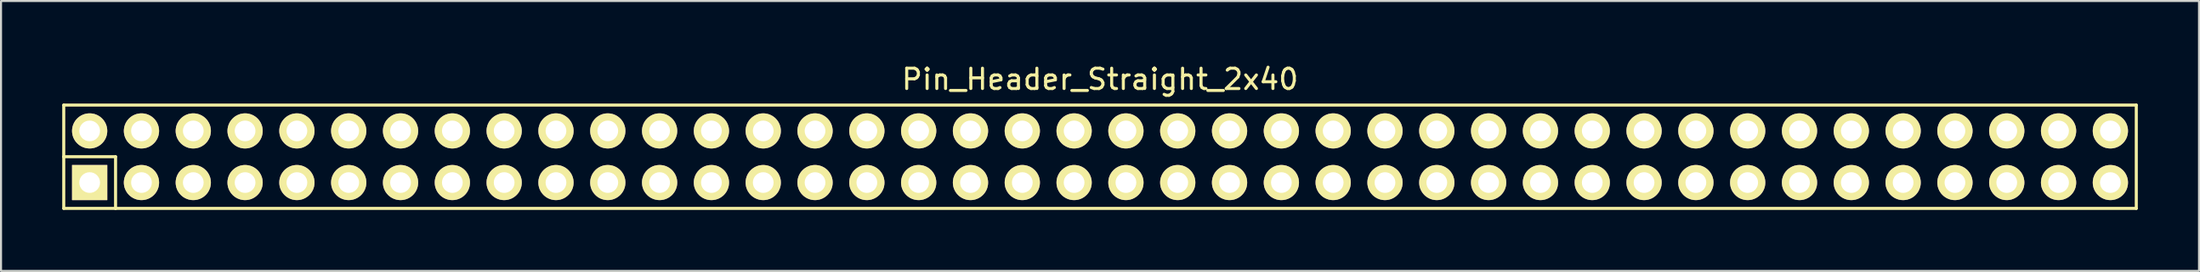
<source format=kicad_pcb>
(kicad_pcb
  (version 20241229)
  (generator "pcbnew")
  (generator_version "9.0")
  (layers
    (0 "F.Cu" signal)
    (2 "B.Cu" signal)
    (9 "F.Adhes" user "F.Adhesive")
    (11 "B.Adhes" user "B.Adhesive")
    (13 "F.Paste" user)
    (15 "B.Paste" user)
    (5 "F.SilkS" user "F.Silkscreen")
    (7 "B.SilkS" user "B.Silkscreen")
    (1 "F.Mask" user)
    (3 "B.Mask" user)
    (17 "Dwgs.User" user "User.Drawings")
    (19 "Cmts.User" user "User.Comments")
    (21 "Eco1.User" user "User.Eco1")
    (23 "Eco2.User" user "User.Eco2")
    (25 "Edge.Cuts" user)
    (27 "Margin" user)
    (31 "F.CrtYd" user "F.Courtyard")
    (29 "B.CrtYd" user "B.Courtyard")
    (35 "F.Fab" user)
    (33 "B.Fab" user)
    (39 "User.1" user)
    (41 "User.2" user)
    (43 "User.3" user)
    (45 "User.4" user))
  (footprint "Pin_Header_Straight_2x40"
    (layer "F.Cu")
    (at 50.875 4.658)
    (property "Reference" "Pin_Header_Straight_2x40" (at 0 -3.81 0) (layer "F.SilkS") (effects (font (size 1 1) (thickness 0.15))))
    (attr through_hole)
    (fp_line (start -50.8 -2.54) (end -50.8 0) (stroke (width 0.15) (type solid)) (layer "F.SilkS"))
    (fp_line (start -50.8 -2.54) (end 50.8 -2.54) (stroke (width 0.15) (type solid)) (layer "F.SilkS"))
    (fp_line (start -50.8 0) (end -48.26 0) (stroke (width 0.15) (type solid)) (layer "F.SilkS"))
    (fp_line (start -50.8 2.54) (end -50.8 0) (stroke (width 0.15) (type solid)) (layer "F.SilkS"))
    (fp_line (start -50.8 2.54) (end -48.26 2.54) (stroke (width 0.15) (type solid)) (layer "F.SilkS"))
    (fp_line (start -48.26 0) (end -48.26 2.54) (stroke (width 0.15) (type solid)) (layer "F.SilkS"))
    (fp_line (start 50.8 -2.54) (end 50.8 2.54) (stroke (width 0.15) (type solid)) (layer "F.SilkS"))
    (fp_line (start 50.8 2.54) (end -48.26 2.54) (stroke (width 0.15) (type solid)) (layer "F.SilkS"))
    (pad "1" thru_hole rect (at -49.53 1.27) (size 1.727 1.727) (drill 1.016) (layers "*.Cu" "*.Mask" "F.SilkS"))
    (pad "2" thru_hole oval (at -49.53 -1.27) (size 1.727 1.727) (drill 1.016) (layers "*.Cu" "*.Mask" "F.SilkS"))
    (pad "3" thru_hole oval (at -46.99 1.27) (size 1.727 1.727) (drill 1.016) (layers "*.Cu" "*.Mask" "F.SilkS"))
    (pad "4" thru_hole oval (at -46.99 -1.27) (size 1.727 1.727) (drill 1.016) (layers "*.Cu" "*.Mask" "F.SilkS"))
    (pad "5" thru_hole oval (at -44.45 1.27) (size 1.727 1.727) (drill 1.016) (layers "*.Cu" "*.Mask" "F.SilkS"))
    (pad "6" thru_hole oval (at -44.45 -1.27) (size 1.727 1.727) (drill 1.016) (layers "*.Cu" "*.Mask" "F.SilkS"))
    (pad "7" thru_hole oval (at -41.91 1.27) (size 1.727 1.727) (drill 1.016) (layers "*.Cu" "*.Mask" "F.SilkS"))
    (pad "8" thru_hole oval (at -41.91 -1.27) (size 1.727 1.727) (drill 1.016) (layers "*.Cu" "*.Mask" "F.SilkS"))
    (pad "9" thru_hole oval (at -39.37 1.27) (size 1.727 1.727) (drill 1.016) (layers "*.Cu" "*.Mask" "F.SilkS"))
    (pad "10" thru_hole oval (at -39.37 -1.27) (size 1.727 1.727) (drill 1.016) (layers "*.Cu" "*.Mask" "F.SilkS"))
    (pad "11" thru_hole oval (at -36.83 1.27) (size 1.727 1.727) (drill 1.016) (layers "*.Cu" "*.Mask" "F.SilkS"))
    (pad "12" thru_hole oval (at -36.83 -1.27) (size 1.727 1.727) (drill 1.016) (layers "*.Cu" "*.Mask" "F.SilkS"))
    (pad "13" thru_hole oval (at -34.29 1.27) (size 1.727 1.727) (drill 1.016) (layers "*.Cu" "*.Mask" "F.SilkS"))
    (pad "14" thru_hole oval (at -34.29 -1.27) (size 1.727 1.727) (drill 1.016) (layers "*.Cu" "*.Mask" "F.SilkS"))
    (pad "15" thru_hole oval (at -31.75 1.27) (size 1.727 1.727) (drill 1.016) (layers "*.Cu" "*.Mask" "F.SilkS"))
    (pad "16" thru_hole oval (at -31.75 -1.27) (size 1.727 1.727) (drill 1.016) (layers "*.Cu" "*.Mask" "F.SilkS"))
    (pad "17" thru_hole oval (at -29.21 1.27) (size 1.727 1.727) (drill 1.016) (layers "*.Cu" "*.Mask" "F.SilkS"))
    (pad "18" thru_hole oval (at -29.21 -1.27) (size 1.727 1.727) (drill 1.016) (layers "*.Cu" "*.Mask" "F.SilkS"))
    (pad "19" thru_hole oval (at -26.67 1.27) (size 1.727 1.727) (drill 1.016) (layers "*.Cu" "*.Mask" "F.SilkS"))
    (pad "20" thru_hole oval (at -26.67 -1.27) (size 1.727 1.727) (drill 1.016) (layers "*.Cu" "*.Mask" "F.SilkS"))
    (pad "21" thru_hole oval (at -24.13 1.27) (size 1.727 1.727) (drill 1.016) (layers "*.Cu" "*.Mask" "F.SilkS"))
    (pad "22" thru_hole oval (at -24.13 -1.27) (size 1.727 1.727) (drill 1.016) (layers "*.Cu" "*.Mask" "F.SilkS"))
    (pad "23" thru_hole oval (at -21.59 1.27) (size 1.727 1.727) (drill 1.016) (layers "*.Cu" "*.Mask" "F.SilkS"))
    (pad "24" thru_hole oval (at -21.59 -1.27) (size 1.727 1.727) (drill 1.016) (layers "*.Cu" "*.Mask" "F.SilkS"))
    (pad "25" thru_hole oval (at -19.05 1.27) (size 1.727 1.727) (drill 1.016) (layers "*.Cu" "*.Mask" "F.SilkS"))
    (pad "26" thru_hole oval (at -19.05 -1.27) (size 1.727 1.727) (drill 1.016) (layers "*.Cu" "*.Mask" "F.SilkS"))
    (pad "27" thru_hole oval (at -16.51 1.27) (size 1.727 1.727) (drill 1.016) (layers "*.Cu" "*.Mask" "F.SilkS"))
    (pad "28" thru_hole oval (at -16.51 -1.27) (size 1.727 1.727) (drill 1.016) (layers "*.Cu" "*.Mask" "F.SilkS"))
    (pad "29" thru_hole oval (at -13.97 1.27) (size 1.727 1.727) (drill 1.016) (layers "*.Cu" "*.Mask" "F.SilkS"))
    (pad "30" thru_hole oval (at -13.97 -1.27) (size 1.727 1.727) (drill 1.016) (layers "*.Cu" "*.Mask" "F.SilkS"))
    (pad "31" thru_hole oval (at -11.43 1.27) (size 1.727 1.727) (drill 1.016) (layers "*.Cu" "*.Mask" "F.SilkS"))
    (pad "32" thru_hole oval (at -11.43 -1.27) (size 1.727 1.727) (drill 1.016) (layers "*.Cu" "*.Mask" "F.SilkS"))
    (pad "33" thru_hole oval (at -8.89 1.27) (size 1.727 1.727) (drill 1.016) (layers "*.Cu" "*.Mask" "F.SilkS"))
    (pad "34" thru_hole oval (at -8.89 -1.27) (size 1.727 1.727) (drill 1.016) (layers "*.Cu" "*.Mask" "F.SilkS"))
    (pad "35" thru_hole oval (at -6.35 1.27) (size 1.727 1.727) (drill 1.016) (layers "*.Cu" "*.Mask" "F.SilkS"))
    (pad "36" thru_hole oval (at -6.35 -1.27) (size 1.727 1.727) (drill 1.016) (layers "*.Cu" "*.Mask" "F.SilkS"))
    (pad "37" thru_hole oval (at -3.81 1.27) (size 1.727 1.727) (drill 1.016) (layers "*.Cu" "*.Mask" "F.SilkS"))
    (pad "38" thru_hole oval (at -3.81 -1.27) (size 1.727 1.727) (drill 1.016) (layers "*.Cu" "*.Mask" "F.SilkS"))
    (pad "39" thru_hole oval (at -1.27 1.27) (size 1.727 1.727) (drill 1.016) (layers "*.Cu" "*.Mask" "F.SilkS"))
    (pad "40" thru_hole oval (at -1.27 -1.27) (size 1.727 1.727) (drill 1.016) (layers "*.Cu" "*.Mask" "F.SilkS"))
    (pad "41" thru_hole oval (at 1.27 1.27) (size 1.727 1.727) (drill 1.016) (layers "*.Cu" "*.Mask" "F.SilkS"))
    (pad "42" thru_hole oval (at 1.27 -1.27) (size 1.727 1.727) (drill 1.016) (layers "*.Cu" "*.Mask" "F.SilkS"))
    (pad "43" thru_hole oval (at 3.81 1.27) (size 1.727 1.727) (drill 1.016) (layers "*.Cu" "*.Mask" "F.SilkS"))
    (pad "44" thru_hole oval (at 3.81 -1.27) (size 1.727 1.727) (drill 1.016) (layers "*.Cu" "*.Mask" "F.SilkS"))
    (pad "45" thru_hole oval (at 6.35 1.27) (size 1.727 1.727) (drill 1.016) (layers "*.Cu" "*.Mask" "F.SilkS"))
    (pad "46" thru_hole oval (at 6.35 -1.27) (size 1.727 1.727) (drill 1.016) (layers "*.Cu" "*.Mask" "F.SilkS"))
    (pad "47" thru_hole oval (at 8.89 1.27) (size 1.727 1.727) (drill 1.016) (layers "*.Cu" "*.Mask" "F.SilkS"))
    (pad "48" thru_hole oval (at 8.89 -1.27) (size 1.727 1.727) (drill 1.016) (layers "*.Cu" "*.Mask" "F.SilkS"))
    (pad "49" thru_hole oval (at 11.43 1.27) (size 1.727 1.727) (drill 1.016) (layers "*.Cu" "*.Mask" "F.SilkS"))
    (pad "50" thru_hole oval (at 11.43 -1.27) (size 1.727 1.727) (drill 1.016) (layers "*.Cu" "*.Mask" "F.SilkS"))
    (pad "51" thru_hole oval (at 13.97 1.27) (size 1.727 1.727) (drill 1.016) (layers "*.Cu" "*.Mask" "F.SilkS"))
    (pad "52" thru_hole oval (at 13.97 -1.27) (size 1.727 1.727) (drill 1.016) (layers "*.Cu" "*.Mask" "F.SilkS"))
    (pad "53" thru_hole oval (at 16.51 1.27) (size 1.727 1.727) (drill 1.016) (layers "*.Cu" "*.Mask" "F.SilkS"))
    (pad "54" thru_hole oval (at 16.51 -1.27) (size 1.727 1.727) (drill 1.016) (layers "*.Cu" "*.Mask" "F.SilkS"))
    (pad "55" thru_hole oval (at 19.05 1.27) (size 1.727 1.727) (drill 1.016) (layers "*.Cu" "*.Mask" "F.SilkS"))
    (pad "56" thru_hole oval (at 19.05 -1.27) (size 1.727 1.727) (drill 1.016) (layers "*.Cu" "*.Mask" "F.SilkS"))
    (pad "57" thru_hole oval (at 21.59 1.27) (size 1.727 1.727) (drill 1.016) (layers "*.Cu" "*.Mask" "F.SilkS"))
    (pad "58" thru_hole oval (at 21.59 -1.27) (size 1.727 1.727) (drill 1.016) (layers "*.Cu" "*.Mask" "F.SilkS"))
    (pad "59" thru_hole oval (at 24.13 1.27) (size 1.727 1.727) (drill 1.016) (layers "*.Cu" "*.Mask" "F.SilkS"))
    (pad "60" thru_hole oval (at 24.13 -1.27) (size 1.727 1.727) (drill 1.016) (layers "*.Cu" "*.Mask" "F.SilkS"))
    (pad "61" thru_hole oval (at 26.67 1.27) (size 1.727 1.727) (drill 1.016) (layers "*.Cu" "*.Mask" "F.SilkS"))
    (pad "62" thru_hole oval (at 26.67 -1.27) (size 1.727 1.727) (drill 1.016) (layers "*.Cu" "*.Mask" "F.SilkS"))
    (pad "63" thru_hole oval (at 29.21 1.27) (size 1.727 1.727) (drill 1.016) (layers "*.Cu" "*.Mask" "F.SilkS"))
    (pad "64" thru_hole oval (at 29.21 -1.27) (size 1.727 1.727) (drill 1.016) (layers "*.Cu" "*.Mask" "F.SilkS"))
    (pad "65" thru_hole oval (at 31.75 1.27) (size 1.727 1.727) (drill 1.016) (layers "*.Cu" "*.Mask" "F.SilkS"))
    (pad "66" thru_hole oval (at 31.75 -1.27) (size 1.727 1.727) (drill 1.016) (layers "*.Cu" "*.Mask" "F.SilkS"))
    (pad "67" thru_hole oval (at 34.29 1.27) (size 1.727 1.727) (drill 1.016) (layers "*.Cu" "*.Mask" "F.SilkS"))
    (pad "68" thru_hole oval (at 34.29 -1.27) (size 1.727 1.727) (drill 1.016) (layers "*.Cu" "*.Mask" "F.SilkS"))
    (pad "69" thru_hole oval (at 36.83 1.27) (size 1.727 1.727) (drill 1.016) (layers "*.Cu" "*.Mask" "F.SilkS"))
    (pad "70" thru_hole oval (at 36.83 -1.27) (size 1.727 1.727) (drill 1.016) (layers "*.Cu" "*.Mask" "F.SilkS"))
    (pad "71" thru_hole oval (at 39.37 1.27) (size 1.727 1.727) (drill 1.016) (layers "*.Cu" "*.Mask" "F.SilkS"))
    (pad "72" thru_hole oval (at 39.37 -1.27) (size 1.727 1.727) (drill 1.016) (layers "*.Cu" "*.Mask" "F.SilkS"))
    (pad "73" thru_hole oval (at 41.91 1.27) (size 1.727 1.727) (drill 1.016) (layers "*.Cu" "*.Mask" "F.SilkS"))
    (pad "74" thru_hole oval (at 41.91 -1.27) (size 1.727 1.727) (drill 1.016) (layers "*.Cu" "*.Mask" "F.SilkS"))
    (pad "75" thru_hole oval (at 44.45 1.27) (size 1.727 1.727) (drill 1.016) (layers "*.Cu" "*.Mask" "F.SilkS"))
    (pad "76" thru_hole oval (at 44.45 -1.27) (size 1.727 1.727) (drill 1.016) (layers "*.Cu" "*.Mask" "F.SilkS"))
    (pad "77" thru_hole oval (at 46.99 1.27) (size 1.727 1.727) (drill 1.016) (layers "*.Cu" "*.Mask" "F.SilkS"))
    (pad "78" thru_hole oval (at 46.99 -1.27) (size 1.727 1.727) (drill 1.016) (layers "*.Cu" "*.Mask" "F.SilkS"))
    (pad "79" thru_hole oval (at 49.53 1.27) (size 1.727 1.727) (drill 1.016) (layers "*.Cu" "*.Mask" "F.SilkS"))
    (pad "80" thru_hole oval (at 49.53 -1.27) (size 1.727 1.727) (drill 1.016) (layers "*.Cu" "*.Mask" "F.SilkS")))
  (gr_rect
    (start -3 -3)
    (end 104.75 10.273)
    (stroke (width 0.1) (type default))
    (fill no)
    (layer "Edge.Cuts")))
</source>
